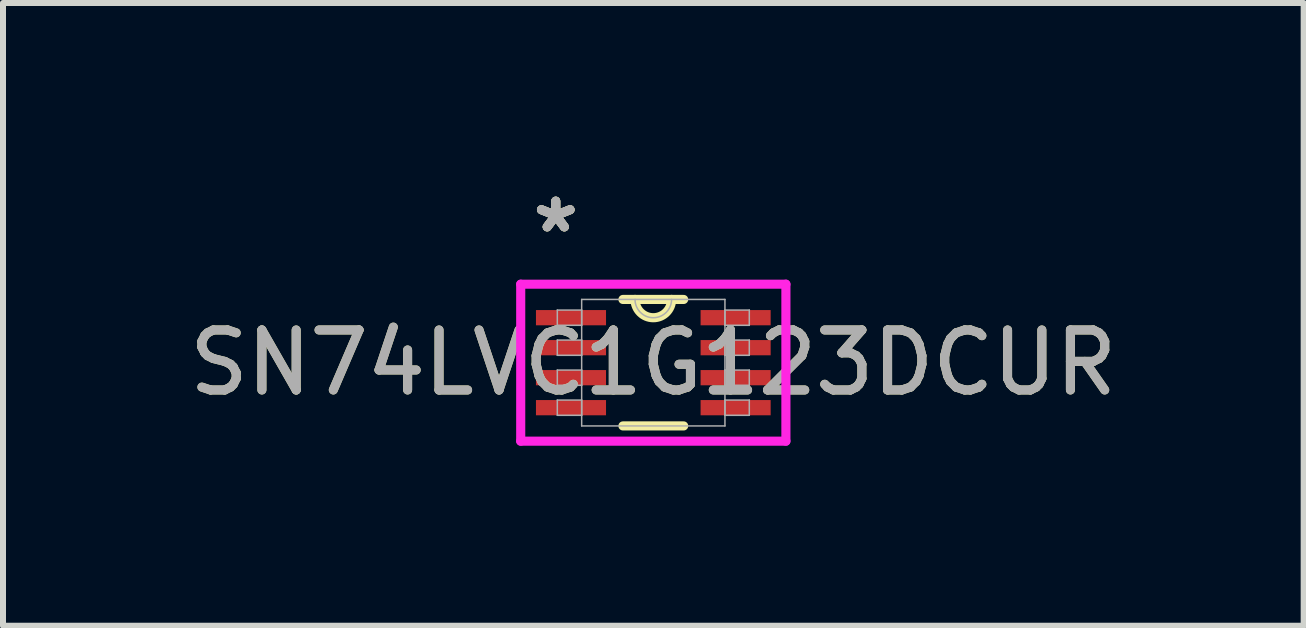
<source format=kicad_pcb>
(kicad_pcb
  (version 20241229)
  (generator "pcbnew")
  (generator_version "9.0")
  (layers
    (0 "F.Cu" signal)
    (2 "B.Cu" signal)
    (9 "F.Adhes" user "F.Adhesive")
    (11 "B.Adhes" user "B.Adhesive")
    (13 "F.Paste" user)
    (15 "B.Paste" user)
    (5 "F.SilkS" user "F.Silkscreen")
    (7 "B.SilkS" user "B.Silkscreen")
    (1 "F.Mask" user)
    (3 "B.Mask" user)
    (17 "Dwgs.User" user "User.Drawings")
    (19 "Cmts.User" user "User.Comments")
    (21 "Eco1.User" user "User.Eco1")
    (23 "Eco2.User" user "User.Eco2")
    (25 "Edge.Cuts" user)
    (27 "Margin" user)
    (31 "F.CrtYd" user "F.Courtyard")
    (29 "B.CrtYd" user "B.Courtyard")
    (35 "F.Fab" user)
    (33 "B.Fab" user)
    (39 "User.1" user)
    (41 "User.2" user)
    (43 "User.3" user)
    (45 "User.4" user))
  (footprint "SN74LVC1G123DCUR"
    (layer "F.Cu")
    (at 7.839 2.995)
    (property "Reference" "SN74LVC1G123DCUR" (at 0 0 0) (unlocked yes) (layer "F.SilkS") (effects (font (size 1 1) (thickness 0.15))))
    (attr smd)
    (fp_line (start -0.506 1.054) (end 0.506 1.054) (stroke (width 0.152) (type solid)) (layer "F.SilkS"))
    (fp_line (start 0.506 -1.054) (end -0.506 -1.054) (stroke (width 0.152) (type solid)) (layer "F.SilkS"))
    (fp_arc (start 0.3048 -1.0541) (mid 0 -0.7493) (end -0.3048 -1.0541) (stroke (width 0.1524) (type solid)) (layer "F.SilkS"))
    (fp_line (start -2.21 -1.308) (end 2.21 -1.308) (stroke (width 0.152) (type solid)) (layer "F.CrtYd"))
    (fp_line (start -2.21 1.308) (end -2.21 -1.308) (stroke (width 0.152) (type solid)) (layer "F.CrtYd"))
    (fp_line (start 2.21 -1.308) (end 2.21 1.308) (stroke (width 0.152) (type solid)) (layer "F.CrtYd"))
    (fp_line (start 2.21 1.308) (end -2.21 1.308) (stroke (width 0.152) (type solid)) (layer "F.CrtYd"))
    (fp_line (start -1.6 -0.877) (end -1.6 -0.623) (stroke (width 0.025) (type solid)) (layer "F.Fab"))
    (fp_line (start -1.6 -0.623) (end -1.194 -0.623) (stroke (width 0.025) (type solid)) (layer "F.Fab"))
    (fp_line (start -1.6 -0.377) (end -1.6 -0.123) (stroke (width 0.025) (type solid)) (layer "F.Fab"))
    (fp_line (start -1.6 -0.123) (end -1.194 -0.123) (stroke (width 0.025) (type solid)) (layer "F.Fab"))
    (fp_line (start -1.6 0.123) (end -1.6 0.377) (stroke (width 0.025) (type solid)) (layer "F.Fab"))
    (fp_line (start -1.6 0.377) (end -1.194 0.377) (stroke (width 0.025) (type solid)) (layer "F.Fab"))
    (fp_line (start -1.6 0.623) (end -1.6 0.877) (stroke (width 0.025) (type solid)) (layer "F.Fab"))
    (fp_line (start -1.6 0.877) (end -1.194 0.877) (stroke (width 0.025) (type solid)) (layer "F.Fab"))
    (fp_line (start -1.194 -1.054) (end -1.194 1.054) (stroke (width 0.025) (type solid)) (layer "F.Fab"))
    (fp_line (start -1.194 -0.877) (end -1.6 -0.877) (stroke (width 0.025) (type solid)) (layer "F.Fab"))
    (fp_line (start -1.194 -0.623) (end -1.194 -0.877) (stroke (width 0.025) (type solid)) (layer "F.Fab"))
    (fp_line (start -1.194 -0.377) (end -1.6 -0.377) (stroke (width 0.025) (type solid)) (layer "F.Fab"))
    (fp_line (start -1.194 -0.123) (end -1.194 -0.377) (stroke (width 0.025) (type solid)) (layer "F.Fab"))
    (fp_line (start -1.194 0.123) (end -1.6 0.123) (stroke (width 0.025) (type solid)) (layer "F.Fab"))
    (fp_line (start -1.194 0.377) (end -1.194 0.123) (stroke (width 0.025) (type solid)) (layer "F.Fab"))
    (fp_line (start -1.194 0.623) (end -1.6 0.623) (stroke (width 0.025) (type solid)) (layer "F.Fab"))
    (fp_line (start -1.194 0.877) (end -1.194 0.623) (stroke (width 0.025) (type solid)) (layer "F.Fab"))
    (fp_line (start -1.194 1.054) (end 1.194 1.054) (stroke (width 0.025) (type solid)) (layer "F.Fab"))
    (fp_line (start 1.194 -1.054) (end -1.194 -1.054) (stroke (width 0.025) (type solid)) (layer "F.Fab"))
    (fp_line (start 1.194 -0.877) (end 1.194 -0.623) (stroke (width 0.025) (type solid)) (layer "F.Fab"))
    (fp_line (start 1.194 -0.623) (end 1.6 -0.623) (stroke (width 0.025) (type solid)) (layer "F.Fab"))
    (fp_line (start 1.194 -0.377) (end 1.194 -0.123) (stroke (width 0.025) (type solid)) (layer "F.Fab"))
    (fp_line (start 1.194 -0.123) (end 1.6 -0.123) (stroke (width 0.025) (type solid)) (layer "F.Fab"))
    (fp_line (start 1.194 0.123) (end 1.194 0.377) (stroke (width 0.025) (type solid)) (layer "F.Fab"))
    (fp_line (start 1.194 0.377) (end 1.6 0.377) (stroke (width 0.025) (type solid)) (layer "F.Fab"))
    (fp_line (start 1.194 0.623) (end 1.194 0.877) (stroke (width 0.025) (type solid)) (layer "F.Fab"))
    (fp_line (start 1.194 0.877) (end 1.6 0.877) (stroke (width 0.025) (type solid)) (layer "F.Fab"))
    (fp_line (start 1.194 1.054) (end 1.194 -1.054) (stroke (width 0.025) (type solid)) (layer "F.Fab"))
    (fp_line (start 1.6 -0.877) (end 1.194 -0.877) (stroke (width 0.025) (type solid)) (layer "F.Fab"))
    (fp_line (start 1.6 -0.623) (end 1.6 -0.877) (stroke (width 0.025) (type solid)) (layer "F.Fab"))
    (fp_line (start 1.6 -0.377) (end 1.194 -0.377) (stroke (width 0.025) (type solid)) (layer "F.Fab"))
    (fp_line (start 1.6 -0.123) (end 1.6 -0.377) (stroke (width 0.025) (type solid)) (layer "F.Fab"))
    (fp_line (start 1.6 0.123) (end 1.194 0.123) (stroke (width 0.025) (type solid)) (layer "F.Fab"))
    (fp_line (start 1.6 0.377) (end 1.6 0.123) (stroke (width 0.025) (type solid)) (layer "F.Fab"))
    (fp_line (start 1.6 0.623) (end 1.194 0.623) (stroke (width 0.025) (type solid)) (layer "F.Fab"))
    (fp_line (start 1.6 0.877) (end 1.6 0.623) (stroke (width 0.025) (type solid)) (layer "F.Fab"))
    (fp_arc (start 0.3048 -1.0541) (mid 0 -0.7493) (end -0.3048 -1.0541) (stroke (width 0.0254) (type solid)) (layer "F.Fab"))
    (fp_text user "*" (at -1.626 -2.147 0) (unlocked yes) (layer "F.SilkS") (effects (font (size 1 1) (thickness 0.15))))
    (fp_text user "*" (at -1.626 -2.147 0) (layer "F.SilkS") (effects (font (size 1 1) (thickness 0.15))))
    (fp_text user "*" (at -1.626 -2.147 0) (unlocked yes) (layer "F.Fab") (effects (font (size 1 1) (thickness 0.15))))
    (fp_text user "${REFERENCE}" (at 0 0 0) (unlocked yes) (layer "F.Fab") (effects (font (size 1 1) (thickness 0.15))))
    (fp_text user "*" (at -1.626 -2.147 0) (layer "F.Fab") (effects (font (size 1 1) (thickness 0.15))))
    (pad "1" smd rect (at -1.372 -0.75) (size 1.168 0.254) (layers "F.Cu" "F.Mask" "F.Paste"))
    (pad "2" smd rect (at -1.372 -0.25) (size 1.168 0.254) (layers "F.Cu" "F.Mask" "F.Paste"))
    (pad "3" smd rect (at -1.372 0.25) (size 1.168 0.254) (layers "F.Cu" "F.Mask" "F.Paste"))
    (pad "4" smd rect (at -1.372 0.75) (size 1.168 0.254) (layers "F.Cu" "F.Mask" "F.Paste"))
    (pad "5" smd rect (at 1.372 0.75) (size 1.168 0.254) (layers "F.Cu" "F.Mask" "F.Paste"))
    (pad "6" smd rect (at 1.372 0.25) (size 1.168 0.254) (layers "F.Cu" "F.Mask" "F.Paste"))
    (pad "7" smd rect (at 1.372 -0.25) (size 1.168 0.254) (layers "F.Cu" "F.Mask" "F.Paste"))
    (pad "8" smd rect (at 1.372 -0.75) (size 1.168 0.254) (layers "F.Cu" "F.Mask" "F.Paste")))
  (gr_rect
    (start -3 -3)
    (end 18.679 7.38)
    (stroke (width 0.1) (type default))
    (fill no)
    (layer "Edge.Cuts")))
</source>
